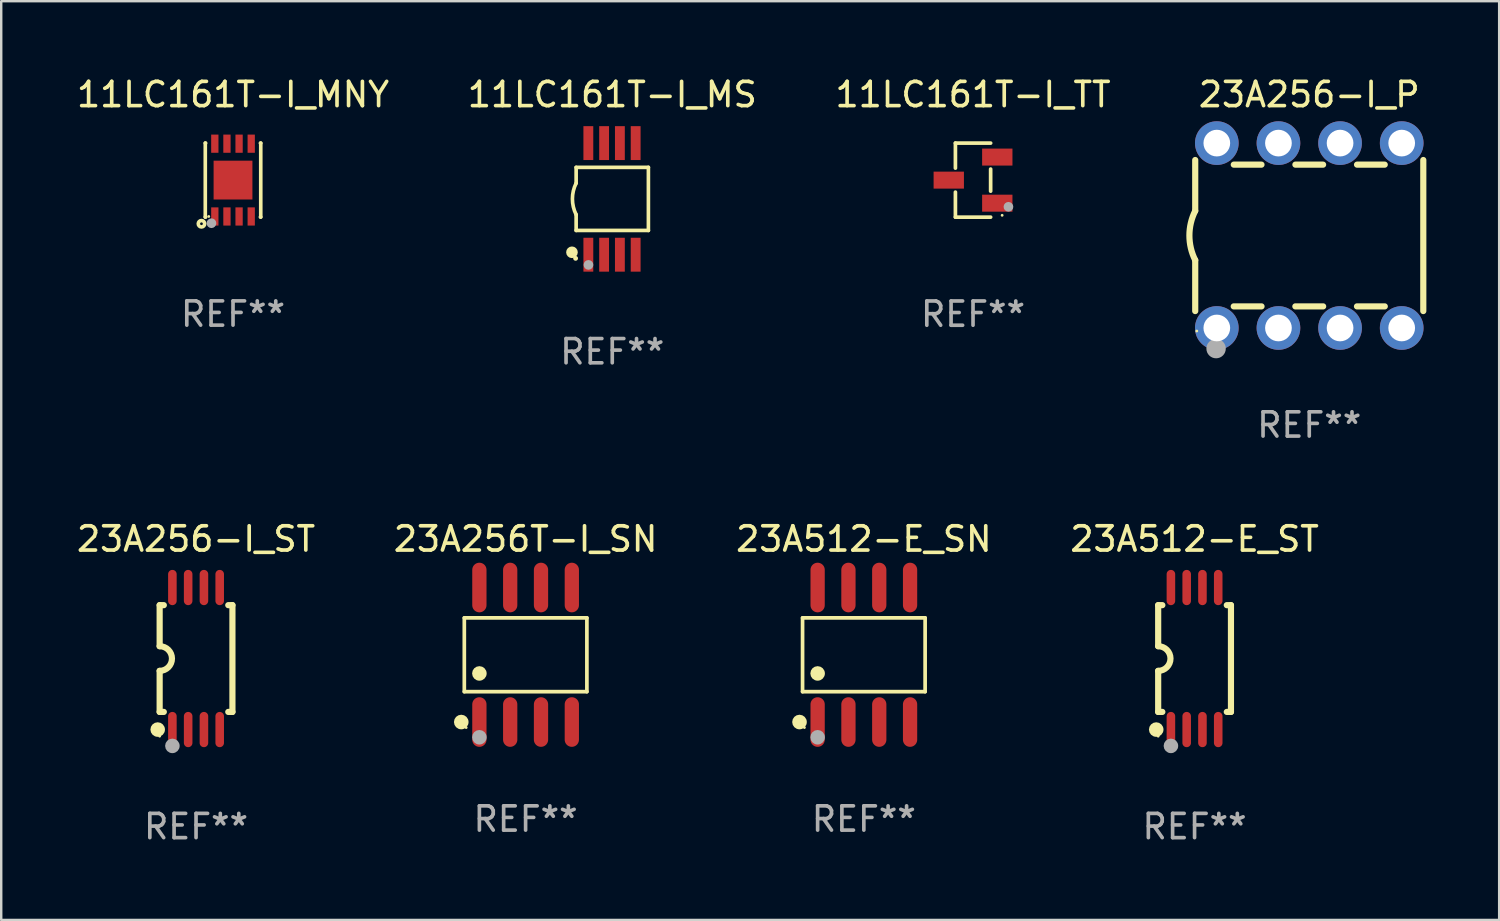
<source format=kicad_pcb>
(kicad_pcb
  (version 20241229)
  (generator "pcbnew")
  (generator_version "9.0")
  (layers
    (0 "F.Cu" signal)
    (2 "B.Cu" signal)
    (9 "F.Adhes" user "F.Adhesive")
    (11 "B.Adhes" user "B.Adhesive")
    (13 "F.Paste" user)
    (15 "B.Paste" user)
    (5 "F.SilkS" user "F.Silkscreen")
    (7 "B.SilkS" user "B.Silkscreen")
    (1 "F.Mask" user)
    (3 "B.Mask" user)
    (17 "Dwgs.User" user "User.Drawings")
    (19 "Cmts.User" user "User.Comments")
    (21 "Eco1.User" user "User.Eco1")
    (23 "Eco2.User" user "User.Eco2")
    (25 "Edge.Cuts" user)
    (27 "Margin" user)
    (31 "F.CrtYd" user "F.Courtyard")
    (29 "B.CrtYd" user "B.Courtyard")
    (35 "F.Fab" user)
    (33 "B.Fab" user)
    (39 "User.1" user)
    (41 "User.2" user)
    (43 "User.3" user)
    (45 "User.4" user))
  (footprint "23A512-E_SN"
    (layer "F.Cu")
    (at 32.554 23.937)
    (property "Reference" "23A512-E_SN" (at 0 -4.772 0) (layer "F.SilkS") (effects (font (size 1 1) (thickness 0.15))))
    (attr through_hole)
    (fp_line (start -2.526 -1.521) (end 2.526 -1.521) (stroke (width 0.152) (type solid)) (layer "F.SilkS"))
    (fp_line (start -2.526 1.521) (end -2.526 -1.521) (stroke (width 0.152) (type solid)) (layer "F.SilkS"))
    (fp_line (start 2.526 -1.521) (end 2.526 1.521) (stroke (width 0.152) (type solid)) (layer "F.SilkS"))
    (fp_line (start 2.526 1.521) (end -2.526 1.521) (stroke (width 0.152) (type solid)) (layer "F.SilkS"))
    (fp_circle (center -2.652 2.772) (end -2.501 2.772) (stroke (width 0.3) (type solid)) (fill no) (layer "F.SilkS"))
    (fp_circle (center -2.45 3) (end -2.42 3) (stroke (width 0.06) (type solid)) (fill no) (layer "F.SilkS"))
    (fp_circle (center -1.905 0.769) (end -1.755 0.769) (stroke (width 0.3) (type solid)) (fill no) (layer "F.SilkS"))
    (fp_circle (center -1.905 3.4) (end -1.755 3.4) (stroke (width 0.3) (type solid)) (fill no) (layer "F.Fab"))
    (fp_text user "REF**" (at 0 6.772 0) (layer "F.Fab") (effects (font (size 1 1) (thickness 0.15))))
    (pad "1" smd oval (at -1.905 2.772) (size 0.588 2.045) (layers "F.Cu" "F.Mask" "F.Paste"))
    (pad "2" smd oval (at -0.635 2.772) (size 0.588 2.045) (layers "F.Cu" "F.Mask" "F.Paste"))
    (pad "3" smd oval (at 0.635 2.772) (size 0.588 2.045) (layers "F.Cu" "F.Mask" "F.Paste"))
    (pad "4" smd oval (at 1.905 2.772) (size 0.588 2.045) (layers "F.Cu" "F.Mask" "F.Paste"))
    (pad "5" smd oval (at 1.905 -2.772) (size 0.588 2.045) (layers "F.Cu" "F.Mask" "F.Paste"))
    (pad "6" smd oval (at 0.635 -2.772) (size 0.588 2.045) (layers "F.Cu" "F.Mask" "F.Paste"))
    (pad "7" smd oval (at -0.635 -2.772) (size 0.588 2.045) (layers "F.Cu" "F.Mask" "F.Paste"))
    (pad "8" smd oval (at -1.905 -2.772) (size 0.588 2.045) (layers "F.Cu" "F.Mask" "F.Paste")))
  (footprint "23A256T-I_SN"
    (layer "F.Cu")
    (at 18.613 23.937)
    (property "Reference" "23A256T-I_SN" (at 0 -4.772 0) (layer "F.SilkS") (effects (font (size 1 1) (thickness 0.15))))
    (attr through_hole)
    (fp_line (start -2.526 -1.521) (end 2.526 -1.521) (stroke (width 0.152) (type solid)) (layer "F.SilkS"))
    (fp_line (start -2.526 1.521) (end -2.526 -1.521) (stroke (width 0.152) (type solid)) (layer "F.SilkS"))
    (fp_line (start 2.526 -1.521) (end 2.526 1.521) (stroke (width 0.152) (type solid)) (layer "F.SilkS"))
    (fp_line (start 2.526 1.521) (end -2.526 1.521) (stroke (width 0.152) (type solid)) (layer "F.SilkS"))
    (fp_circle (center -2.652 2.772) (end -2.501 2.772) (stroke (width 0.3) (type solid)) (fill no) (layer "F.SilkS"))
    (fp_circle (center -2.45 3) (end -2.42 3) (stroke (width 0.06) (type solid)) (fill no) (layer "F.SilkS"))
    (fp_circle (center -1.905 0.769) (end -1.755 0.769) (stroke (width 0.3) (type solid)) (fill no) (layer "F.SilkS"))
    (fp_circle (center -1.905 3.4) (end -1.755 3.4) (stroke (width 0.3) (type solid)) (fill no) (layer "F.Fab"))
    (fp_text user "REF**" (at 0 6.772 0) (layer "F.Fab") (effects (font (size 1 1) (thickness 0.15))))
    (pad "1" smd oval (at -1.905 2.772) (size 0.588 2.045) (layers "F.Cu" "F.Mask" "F.Paste"))
    (pad "2" smd oval (at -0.635 2.772) (size 0.588 2.045) (layers "F.Cu" "F.Mask" "F.Paste"))
    (pad "3" smd oval (at 0.635 2.772) (size 0.588 2.045) (layers "F.Cu" "F.Mask" "F.Paste"))
    (pad "4" smd oval (at 1.905 2.772) (size 0.588 2.045) (layers "F.Cu" "F.Mask" "F.Paste"))
    (pad "5" smd oval (at 1.905 -2.772) (size 0.588 2.045) (layers "F.Cu" "F.Mask" "F.Paste"))
    (pad "6" smd oval (at 0.635 -2.772) (size 0.588 2.045) (layers "F.Cu" "F.Mask" "F.Paste"))
    (pad "7" smd oval (at -0.635 -2.772) (size 0.588 2.045) (layers "F.Cu" "F.Mask" "F.Paste"))
    (pad "8" smd oval (at -1.905 -2.772) (size 0.588 2.045) (layers "F.Cu" "F.Mask" "F.Paste")))
  (footprint "11LC161T-I_MNY"
    (layer "F.Cu")
    (at 6.554 4.372)
    (property "Reference" "11LC161T-I_MNY" (at 0 -3.524 0) (layer "F.SilkS") (effects (font (size 1 1) (thickness 0.15))))
    (attr through_hole)
    (fp_line (start -1.143 -1.524) (end -1.143 1.524) (stroke (width 0.15) (type solid)) (layer "F.SilkS"))
    (fp_line (start -1.143 1.524) (end -1.129 1.524) (stroke (width 0.15) (type solid)) (layer "F.SilkS"))
    (fp_line (start -1.129 -1.524) (end -1.143 -1.524) (stroke (width 0.15) (type solid)) (layer "F.SilkS"))
    (fp_line (start 1.129 1.524) (end 1.143 1.524) (stroke (width 0.15) (type solid)) (layer "F.SilkS"))
    (fp_line (start 1.143 -1.524) (end 1.129 -1.524) (stroke (width 0.15) (type solid)) (layer "F.SilkS"))
    (fp_line (start 1.143 1.524) (end 1.143 -1.524) (stroke (width 0.15) (type solid)) (layer "F.SilkS"))
    (fp_circle (center -1.3 1.8) (end -1.243 1.8) (stroke (width 0.15) (type solid)) (fill no) (layer "F.SilkS"))
    (fp_circle (center -1 1.5) (end -0.97 1.5) (stroke (width 0.06) (type solid)) (fill no) (layer "F.SilkS"))
    (fp_circle (center -0.889 1.778) (end -0.789 1.778) (stroke (width 0.2) (type solid)) (fill no) (layer "F.Fab"))
    (fp_text user "REF**" (at 0 5.524 0) (layer "F.Fab") (effects (font (size 1 1) (thickness 0.15))))
    (pad "1" smd rect (at -0.75 1.5 90) (size 0.75 0.3) (layers "F.Cu" "F.Mask" "F.Paste"))
    (pad "2" smd rect (at -0.25 1.5 90) (size 0.75 0.3) (layers "F.Cu" "F.Mask" "F.Paste"))
    (pad "3" smd rect (at 0.25 1.5 90) (size 0.75 0.3) (layers "F.Cu" "F.Mask" "F.Paste"))
    (pad "4" smd rect (at 0.75 1.5 90) (size 0.75 0.3) (layers "F.Cu" "F.Mask" "F.Paste"))
    (pad "5" smd rect (at 0.75 -1.5 90) (size 0.75 0.3) (layers "F.Cu" "F.Mask" "F.Paste"))
    (pad "6" smd rect (at 0.25 -1.5 90) (size 0.75 0.3) (layers "F.Cu" "F.Mask" "F.Paste"))
    (pad "7" smd rect (at -0.25 -1.5 90) (size 0.75 0.3) (layers "F.Cu" "F.Mask" "F.Paste"))
    (pad "8" smd rect (at -0.75 -1.5 90) (size 0.75 0.3) (layers "F.Cu" "F.Mask" "F.Paste"))
    (pad "9" smd rect (at -0.000203 0.000457 90) (size 1.6 1.6) (layers "F.Cu" "F.Mask" "F.Paste")))
  (footprint "11LC161T-I_TT"
    (layer "F.Cu")
    (at 37.054 4.374)
    (property "Reference" "11LC161T-I_TT" (at 0 -3.526 0) (layer "F.SilkS") (effects (font (size 1 1) (thickness 0.15))))
    (attr through_hole)
    (fp_line (start -0.726 -1.526) (end -0.726 -0.495) (stroke (width 0.152) (type solid)) (layer "F.SilkS"))
    (fp_line (start -0.726 1.526) (end -0.726 0.495) (stroke (width 0.152) (type solid)) (layer "F.SilkS"))
    (fp_line (start 0.726 -1.526) (end -0.726 -1.526) (stroke (width 0.152) (type solid)) (layer "F.SilkS"))
    (fp_line (start 0.726 -0.455) (end 0.726 0.455) (stroke (width 0.152) (type solid)) (layer "F.SilkS"))
    (fp_line (start 0.726 1.526) (end -0.726 1.526) (stroke (width 0.152) (type solid)) (layer "F.SilkS"))
    (fp_circle (center 1.2 1.45) (end 1.23 1.45) (stroke (width 0.06) (type solid)) (fill no) (layer "F.SilkS"))
    (fp_circle (center 1.46 1.1) (end 1.56 1.1) (stroke (width 0.2) (type solid)) (fill no) (layer "F.Fab"))
    (fp_text user "REF**" (at 0 5.526 0) (layer "F.Fab") (effects (font (size 1 1) (thickness 0.15))))
    (pad "1" smd rect (at 1 0.95) (size 1.25 0.7) (layers "F.Cu" "F.Mask" "F.Paste"))
    (pad "2" smd rect (at 1 -0.95) (size 1.25 0.7) (layers "F.Cu" "F.Mask" "F.Paste"))
    (pad "3" smd rect (at -1 0) (size 1.25 0.7) (layers "F.Cu" "F.Mask" "F.Paste")))
  (footprint "11LC161T-I_MS"
    (layer "F.Cu")
    (at 22.185 5.148)
    (property "Reference" "11LC161T-I_MS" (at 0 -4.3 0) (layer "F.SilkS") (effects (font (size 1 1) (thickness 0.15))))
    (attr through_hole)
    (fp_line (start -1.489 -1.3) (end -1.489 -0.648) (stroke (width 0.15) (type solid)) (layer "F.SilkS"))
    (fp_line (start -1.489 0.648) (end -1.489 1.3) (stroke (width 0.15) (type solid)) (layer "F.SilkS"))
    (fp_line (start -1.489 1.3) (end 1.489 1.3) (stroke (width 0.15) (type solid)) (layer "F.SilkS"))
    (fp_line (start 1.489 -1.3) (end -1.489 -1.3) (stroke (width 0.15) (type solid)) (layer "F.SilkS"))
    (fp_line (start 1.489 1.3) (end 1.489 -1.3) (stroke (width 0.15) (type solid)) (layer "F.SilkS"))
    (fp_arc (start -1.489205 0.647702) (mid -1.642107 0) (end -1.489205 -0.647701) (stroke (width 0.150013) (type solid)) (layer "F.SilkS"))
    (fp_circle (center -1.661 2.2) (end -1.541 2.2) (stroke (width 0.24) (type solid)) (fill no) (layer "F.SilkS"))
    (fp_circle (center -1.511 2.45) (end -1.461 2.45) (stroke (width 0.1) (type solid)) (fill no) (layer "F.SilkS"))
    (fp_circle (center -0.981 2.72) (end -0.881 2.72) (stroke (width 0.2) (type solid)) (fill no) (layer "F.Fab"))
    (fp_text user "REF**" (at 0 6.3 0) (layer "F.Fab") (effects (font (size 1 1) (thickness 0.15))))
    (pad "1" smd rect (at -0.986 2.3) (size 0.406 1.397) (layers "F.Cu" "F.Mask" "F.Paste"))
    (pad "2" smd rect (at -0.336 2.3) (size 0.406 1.397) (layers "F.Cu" "F.Mask" "F.Paste"))
    (pad "3" smd rect (at 0.314 2.3) (size 0.406 1.397) (layers "F.Cu" "F.Mask" "F.Paste"))
    (pad "4" smd rect (at 0.964 2.3) (size 0.406 1.397) (layers "F.Cu" "F.Mask" "F.Paste"))
    (pad "5" smd rect (at 0.964 -2.3) (size 0.406 1.397) (layers "F.Cu" "F.Mask" "F.Paste"))
    (pad "6" smd rect (at 0.314 -2.3) (size 0.406 1.397) (layers "F.Cu" "F.Mask" "F.Paste"))
    (pad "7" smd rect (at -0.336 -2.3) (size 0.406 1.397) (layers "F.Cu" "F.Mask" "F.Paste"))
    (pad "8" smd rect (at -0.986 -2.3) (size 0.406 1.397) (layers "F.Cu" "F.Mask" "F.Paste")))
  (footprint "23A512-E_ST"
    (layer "F.Cu")
    (at 46.185 24.092)
    (property "Reference" "23A512-E_ST" (at 0 -4.927 0) (layer "F.SilkS") (effects (font (size 1 1) (thickness 0.15))))
    (attr through_hole)
    (fp_line (start -1.5 -2.2) (end -1.5 -0.508) (stroke (width 0.254) (type solid)) (layer "F.SilkS"))
    (fp_line (start -1.5 -2.2) (end -1.328 -2.2) (stroke (width 0.254) (type solid)) (layer "F.SilkS"))
    (fp_line (start -1.5 2.2) (end -1.5 0.508) (stroke (width 0.254) (type solid)) (layer "F.SilkS"))
    (fp_line (start -1.5 2.2) (end -1.328 2.2) (stroke (width 0.254) (type solid)) (layer "F.SilkS"))
    (fp_line (start 1.328 -2.2) (end 1.5 -2.2) (stroke (width 0.254) (type solid)) (layer "F.SilkS"))
    (fp_line (start 1.328 2.2) (end 1.5 2.2) (stroke (width 0.254) (type solid)) (layer "F.SilkS"))
    (fp_line (start 1.5 -2.2) (end 1.5 2.2) (stroke (width 0.254) (type solid)) (layer "F.SilkS"))
    (fp_arc (start -1.501144 -0.508) (mid -0.993143 -0.000571) (end -1.5 0.508001) (stroke (width 0.254001) (type solid)) (layer "F.SilkS"))
    (fp_circle (center -1.581 2.927) (end -1.431 2.927) (stroke (width 0.3) (type solid)) (fill no) (layer "F.SilkS"))
    (fp_circle (center -1.5 3.2) (end -1.47 3.2) (stroke (width 0.06) (type solid)) (fill no) (layer "F.SilkS"))
    (fp_circle (center -0.975 3.6) (end -0.825 3.6) (stroke (width 0.3) (type solid)) (fill no) (layer "F.Fab"))
    (fp_text user "REF**" (at 0 6.927 0) (layer "F.Fab") (effects (font (size 1 1) (thickness 0.15))))
    (pad "1" smd oval (at -0.975 2.927) (size 0.353 1.454) (layers "F.Cu" "F.Mask" "F.Paste"))
    (pad "2" smd oval (at -0.325 2.927) (size 0.353 1.454) (layers "F.Cu" "F.Mask" "F.Paste"))
    (pad "3" smd oval (at 0.325 2.927) (size 0.353 1.454) (layers "F.Cu" "F.Mask" "F.Paste"))
    (pad "4" smd oval (at 0.975 2.927) (size 0.353 1.454) (layers "F.Cu" "F.Mask" "F.Paste"))
    (pad "5" smd oval (at 0.975 -2.927) (size 0.353 1.454) (layers "F.Cu" "F.Mask" "F.Paste"))
    (pad "6" smd oval (at 0.325 -2.927) (size 0.353 1.454) (layers "F.Cu" "F.Mask" "F.Paste"))
    (pad "7" smd oval (at -0.325 -2.927) (size 0.353 1.454) (layers "F.Cu" "F.Mask" "F.Paste"))
    (pad "8" smd oval (at -0.975 -2.927) (size 0.353 1.454) (layers "F.Cu" "F.Mask" "F.Paste")))
  (footprint "23A256-I_ST"
    (layer "F.Cu")
    (at 5.03 24.092)
    (property "Reference" "23A256-I_ST" (at 0 -4.927 0) (layer "F.SilkS") (effects (font (size 1 1) (thickness 0.15))))
    (attr through_hole)
    (fp_line (start -1.5 -2.2) (end -1.5 -0.508) (stroke (width 0.254) (type solid)) (layer "F.SilkS"))
    (fp_line (start -1.5 -2.2) (end -1.328 -2.2) (stroke (width 0.254) (type solid)) (layer "F.SilkS"))
    (fp_line (start -1.5 2.2) (end -1.5 0.508) (stroke (width 0.254) (type solid)) (layer "F.SilkS"))
    (fp_line (start -1.5 2.2) (end -1.328 2.2) (stroke (width 0.254) (type solid)) (layer "F.SilkS"))
    (fp_line (start 1.328 -2.2) (end 1.5 -2.2) (stroke (width 0.254) (type solid)) (layer "F.SilkS"))
    (fp_line (start 1.328 2.2) (end 1.5 2.2) (stroke (width 0.254) (type solid)) (layer "F.SilkS"))
    (fp_line (start 1.5 -2.2) (end 1.5 2.2) (stroke (width 0.254) (type solid)) (layer "F.SilkS"))
    (fp_arc (start -1.501144 -0.508) (mid -0.993143 -0.000571) (end -1.5 0.508001) (stroke (width 0.254001) (type solid)) (layer "F.SilkS"))
    (fp_circle (center -1.581 2.927) (end -1.431 2.927) (stroke (width 0.3) (type solid)) (fill no) (layer "F.SilkS"))
    (fp_circle (center -1.5 3.2) (end -1.47 3.2) (stroke (width 0.06) (type solid)) (fill no) (layer "F.SilkS"))
    (fp_circle (center -0.975 3.6) (end -0.825 3.6) (stroke (width 0.3) (type solid)) (fill no) (layer "F.Fab"))
    (fp_text user "REF**" (at 0 6.927 0) (layer "F.Fab") (effects (font (size 1 1) (thickness 0.15))))
    (pad "1" smd oval (at -0.975 2.927) (size 0.353 1.454) (layers "F.Cu" "F.Mask" "F.Paste"))
    (pad "2" smd oval (at -0.325 2.927) (size 0.353 1.454) (layers "F.Cu" "F.Mask" "F.Paste"))
    (pad "3" smd oval (at 0.325 2.927) (size 0.353 1.454) (layers "F.Cu" "F.Mask" "F.Paste"))
    (pad "4" smd oval (at 0.975 2.927) (size 0.353 1.454) (layers "F.Cu" "F.Mask" "F.Paste"))
    (pad "5" smd oval (at 0.975 -2.927) (size 0.353 1.454) (layers "F.Cu" "F.Mask" "F.Paste"))
    (pad "6" smd oval (at 0.325 -2.927) (size 0.353 1.454) (layers "F.Cu" "F.Mask" "F.Paste"))
    (pad "7" smd oval (at -0.325 -2.927) (size 0.353 1.454) (layers "F.Cu" "F.Mask" "F.Paste"))
    (pad "8" smd oval (at -0.975 -2.927) (size 0.353 1.454) (layers "F.Cu" "F.Mask" "F.Paste")))
  (footprint "23A256-I_P"
    (layer "F.Cu")
    (at 50.912 6.658)
    (property "Reference" "23A256-I_P" (at 0 -5.81 0) (layer "F.SilkS") (effects (font (size 1 1) (thickness 0.15))))
    (attr through_hole)
    (fp_line (start -4.7 -1.017) (end -4.7 -3.113) (stroke (width 0.254) (type solid)) (layer "F.SilkS"))
    (fp_line (start -4.7 1.015) (end -4.7 3.113) (stroke (width 0.254) (type solid)) (layer "F.SilkS"))
    (fp_line (start -3.113 2.92) (end -1.967 2.92) (stroke (width 0.254) (type solid)) (layer "F.SilkS"))
    (fp_line (start -3.111 -2.922) (end -1.969 -2.922) (stroke (width 0.254) (type solid)) (layer "F.SilkS"))
    (fp_line (start -0.573 2.92) (end 0.573 2.92) (stroke (width 0.254) (type solid)) (layer "F.SilkS"))
    (fp_line (start -0.571 -2.922) (end 0.571 -2.922) (stroke (width 0.254) (type solid)) (layer "F.SilkS"))
    (fp_line (start 1.967 2.92) (end 3.113 2.92) (stroke (width 0.254) (type solid)) (layer "F.SilkS"))
    (fp_line (start 1.969 -2.922) (end 3.111 -2.922) (stroke (width 0.254) (type solid)) (layer "F.SilkS"))
    (fp_line (start 4.7 -3.113) (end 4.7 3.113) (stroke (width 0.254) (type solid)) (layer "F.SilkS"))
    (fp_arc (start -4.7 1.01524) (mid -4.939846 -0.000762) (end -4.7 -1.016764) (stroke (width 0.254001) (type solid)) (layer "F.SilkS"))
    (fp_circle (center -4.636 3.935) (end -4.606 3.935) (stroke (width 0.06) (type solid)) (fill no) (layer "F.SilkS"))
    (fp_circle (center -3.84 4.66) (end -3.64 4.66) (stroke (width 0.4) (type solid)) (fill no) (layer "F.Fab"))
    (fp_text user "REF**" (at 0 7.81 0) (layer "F.Fab") (effects (font (size 1 1) (thickness 0.15))))
    (pad "1" thru_hole circle (at -3.81 3.81) (size 1.8 1.8) (drill 1.1) (layers "*.Cu" "*.Mask"))
    (pad "2" thru_hole circle (at -1.27 3.81) (size 1.8 1.8) (drill 1.1) (layers "*.Cu" "*.Mask"))
    (pad "3" thru_hole circle (at 1.27 3.81) (size 1.8 1.8) (drill 1.1) (layers "*.Cu" "*.Mask"))
    (pad "4" thru_hole circle (at 3.81 3.81) (size 1.8 1.8) (drill 1.1) (layers "*.Cu" "*.Mask"))
    (pad "5" thru_hole circle (at 3.81 -3.81) (size 1.8 1.8) (drill 1.1) (layers "*.Cu" "*.Mask"))
    (pad "6" thru_hole circle (at 1.27 -3.81) (size 1.8 1.8) (drill 1.1) (layers "*.Cu" "*.Mask"))
    (pad "7" thru_hole circle (at -1.27 -3.81) (size 1.8 1.8) (drill 1.1) (layers "*.Cu" "*.Mask"))
    (pad "8" thru_hole circle (at -3.81 -3.81) (size 1.8 1.8) (drill 1.1) (layers "*.Cu" "*.Mask")))
  (gr_rect
    (start -3 -3)
    (end 58.739 34.867)
    (stroke (width 0.1) (type default))
    (fill no)
    (layer "Edge.Cuts")))
</source>
